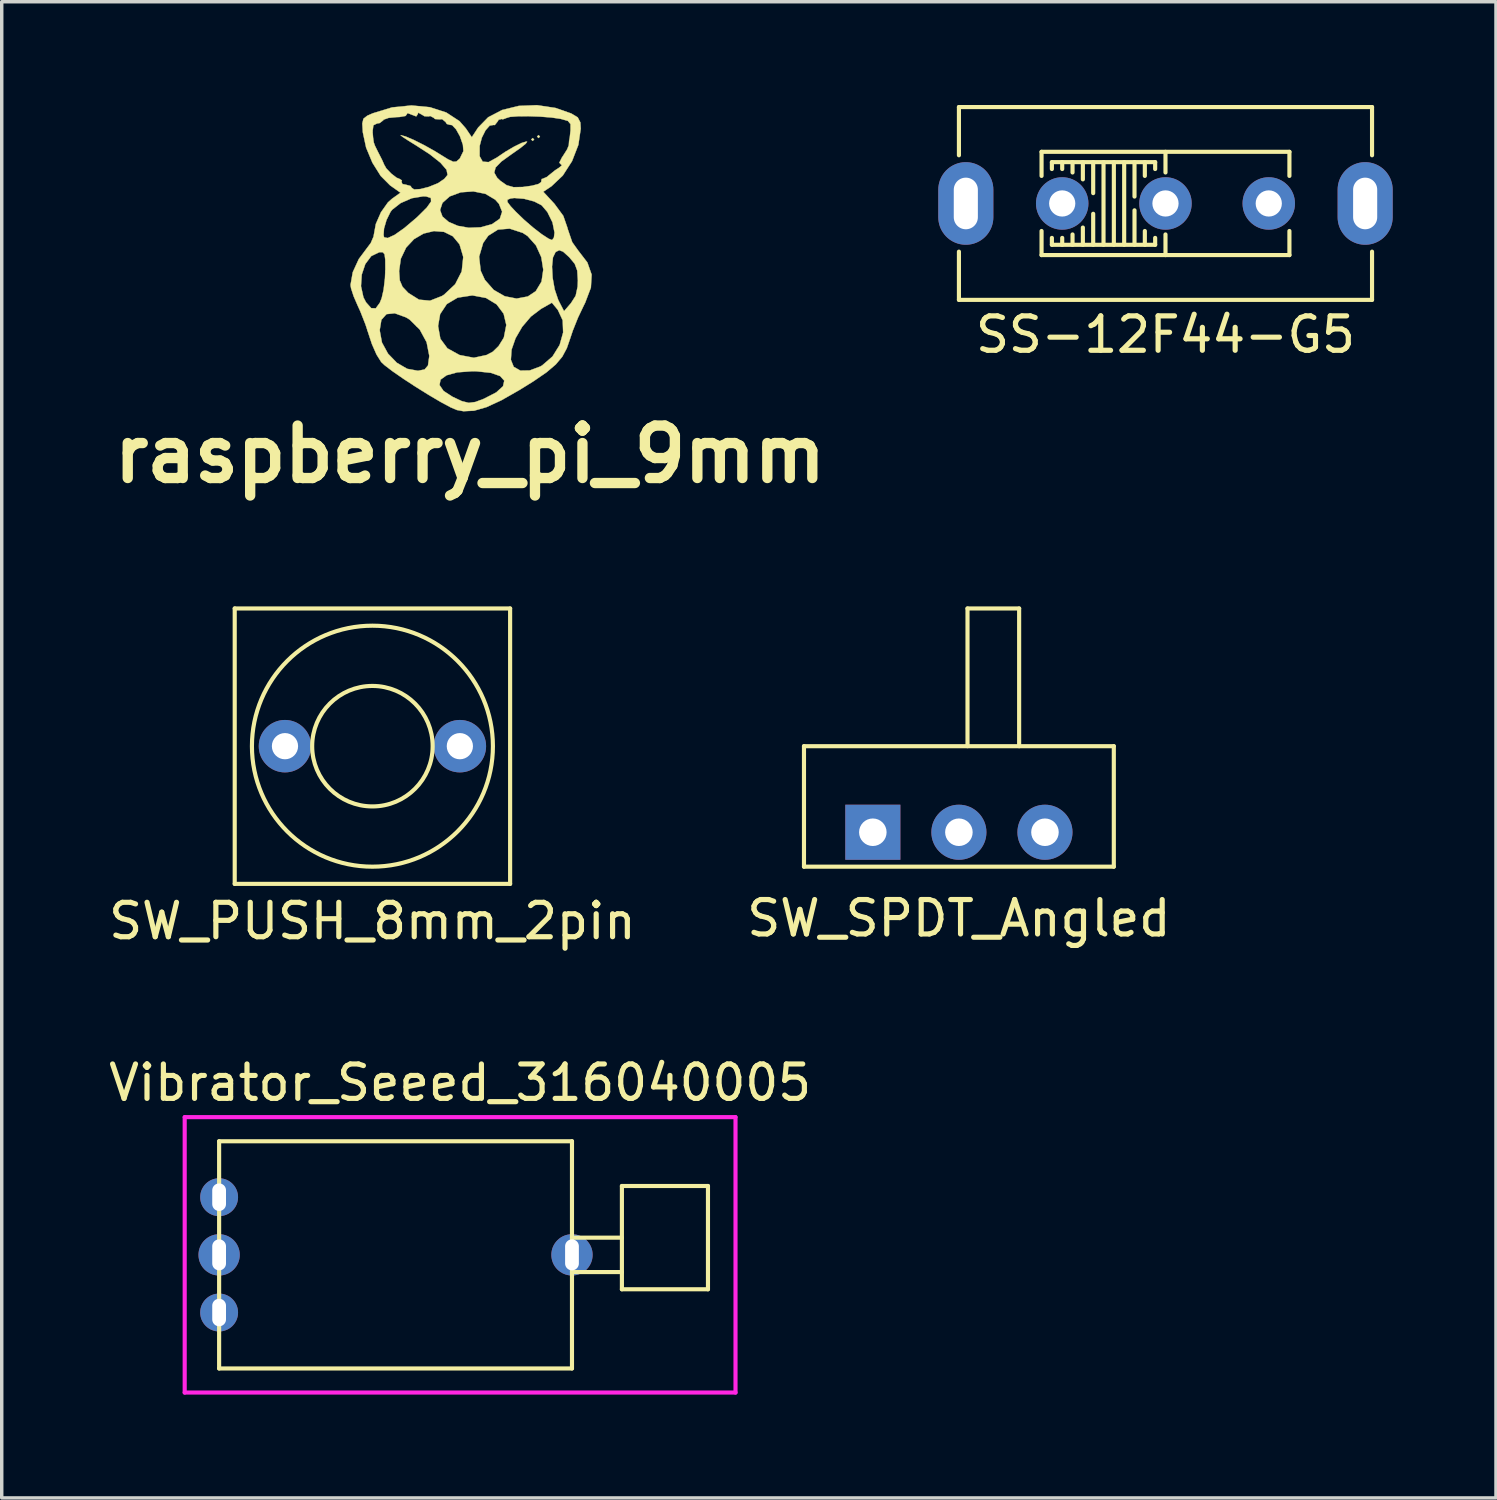
<source format=kicad_pcb>
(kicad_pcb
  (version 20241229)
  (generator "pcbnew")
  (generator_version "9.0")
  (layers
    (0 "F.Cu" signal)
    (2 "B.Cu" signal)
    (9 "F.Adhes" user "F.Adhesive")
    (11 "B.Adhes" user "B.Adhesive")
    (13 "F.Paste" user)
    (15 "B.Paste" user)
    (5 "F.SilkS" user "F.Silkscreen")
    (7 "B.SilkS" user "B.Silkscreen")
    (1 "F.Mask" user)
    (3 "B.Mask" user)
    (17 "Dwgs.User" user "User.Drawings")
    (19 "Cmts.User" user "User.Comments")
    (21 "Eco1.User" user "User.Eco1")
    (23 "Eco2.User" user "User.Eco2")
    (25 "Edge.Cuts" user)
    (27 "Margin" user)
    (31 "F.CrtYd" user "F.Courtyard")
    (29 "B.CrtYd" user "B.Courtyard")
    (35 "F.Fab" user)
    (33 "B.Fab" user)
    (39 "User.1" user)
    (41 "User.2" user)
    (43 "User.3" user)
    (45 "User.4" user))
  (footprint "SW_PUSH_8mm_2pin"
    (layer "F.Cu")
    (at 7.768 18.625)
    (property "Reference" "SW_PUSH_8mm_2pin" (at 0 5.08 0) (layer "F.SilkS") (effects (font (size 1 1) (thickness 0.15))))
    (attr through_hole)
    (fp_line (start -4 -4) (end -4 4) (stroke (width 0.12) (type solid)) (layer "F.SilkS"))
    (fp_line (start -4 4) (end 4 4) (stroke (width 0.12) (type solid)) (layer "F.SilkS"))
    (fp_line (start 4 -4) (end -4 -4) (stroke (width 0.12) (type solid)) (layer "F.SilkS"))
    (fp_line (start 4 4) (end 4 -4) (stroke (width 0.12) (type solid)) (layer "F.SilkS"))
    (fp_circle (center 0 0) (end 1.75 0) (stroke (width 0.12) (type solid)) (fill no) (layer "F.SilkS"))
    (fp_circle (center 0 0) (end 3.5 0) (stroke (width 0.12) (type solid)) (fill no) (layer "F.SilkS"))
    (pad "1" thru_hole circle (at -2.54 0) (size 1.524 1.524) (drill 0.762) (layers "*.Cu" "*.Mask"))
    (pad "2" thru_hole circle (at 2.54 0) (size 1.524 1.524) (drill 0.762) (layers "*.Cu" "*.Mask")))
  (footprint "raspberry_pi_9mm"
    (layer "F.Cu")
    (at 10.603 4.431)
    (property "Reference" "raspberry_pi_9mm" (at 0 5.715 0) (layer "F.SilkS") (effects (font (size 1.524 1.524) (thickness 0.3))))
    (attr through_hole)
    (fp_poly (pts (xy 1.863 -3.429) (xy 1.82 -3.387) (xy 1.778 -3.429) (xy 1.82 -3.471) (xy 1.863 -3.429)) (stroke (width 0.01) (type solid)) (fill yes) (layer "F.SilkS"))
    (fp_poly (pts (xy 2.032 -3.514) (xy 1.99 -3.471) (xy 1.947 -3.514) (xy 1.99 -3.556) (xy 2.032 -3.514)) (stroke (width 0.01) (type solid)) (fill yes) (layer "F.SilkS"))
    (fp_poly (pts (xy 2.485 -4.345) (xy 2.942 -4.184) (xy 3.129 -4.072) (xy 3.205 -3.925) (xy 3.216 -3.743) (xy 3.147 -3.273) (xy 2.964 -2.801) (xy 2.695 -2.382) (xy 2.369 -2.073) (xy 2.362 -2.068) (xy 2.128 -1.911) (xy 2.452 -1.561) (xy 2.709 -1.212) (xy 2.833 -0.855) (xy 2.835 -0.838) (xy 2.969 -0.446) (xy 3.136 -0.212) (xy 3.409 0.144) (xy 3.533 0.496) (xy 3.511 0.874) (xy 3.345 1.312) (xy 3.302 1.398) (xy 3.136 1.747) (xy 2.985 2.125) (xy 2.914 2.338) (xy 2.812 2.633) (xy 2.68 2.88) (xy 2.491 3.105) (xy 2.222 3.334) (xy 1.848 3.591) (xy 1.446 3.841) (xy 0.911 4.146) (xy 0.477 4.346) (xy 0.118 4.449) (xy -0.19 4.464) (xy -0.381 4.429) (xy -0.566 4.35) (xy -0.85 4.197) (xy -1.198 3.992) (xy -1.572 3.759) (xy -1.659 3.702) (xy -0.887 3.702) (xy -0.769 3.875) (xy -0.511 4.043) (xy -0.236 4.172) (xy -0.037 4.221) (xy 0.154 4.196) (xy 0.402 4.103) (xy 0.762 3.917) (xy 0.959 3.738) (xy 0.995 3.576) (xy 0.875 3.443) (xy 0.606 3.349) (xy 0.19 3.305) (xy 0.06 3.303) (xy -0.372 3.335) (xy -0.68 3.42) (xy -0.855 3.546) (xy -0.887 3.702) (xy -1.659 3.702) (xy -1.935 3.522) (xy -2.251 3.303) (xy -2.483 3.126) (xy -2.579 3.036) (xy -2.716 2.818) (xy -2.849 2.515) (xy -2.918 2.308) (xy -2.982 2.111) (xy -2.624 2.111) (xy -2.624 2.112) (xy -2.558 2.469) (xy -2.381 2.793) (xy -2.126 3.057) (xy -1.825 3.232) (xy -1.512 3.289) (xy -1.319 3.251) (xy -1.221 3.136) (xy -1.198 2.969) (xy 1.187 2.969) (xy 1.269 3.174) (xy 1.463 3.284) (xy 1.736 3.279) (xy 2.045 3.163) (xy 2.096 3.133) (xy 2.396 2.874) (xy 2.603 2.541) (xy 2.705 2.177) (xy 2.692 1.823) (xy 2.551 1.521) (xy 2.544 1.512) (xy 2.379 1.312) (xy 2.064 1.49) (xy 1.768 1.715) (xy 1.515 2.012) (xy 1.322 2.345) (xy 1.207 2.676) (xy 1.187 2.969) (xy -1.198 2.969) (xy -1.186 2.883) (xy -1.185 2.847) (xy -1.261 2.46) (xy -1.461 2.091) (xy -1.564 1.99) (xy -0.928 1.99) (xy -0.861 2.36) (xy -0.657 2.637) (xy -0.309 2.829) (xy -0.293 2.834) (xy 0.111 2.911) (xy 0.482 2.831) (xy 0.663 2.735) (xy 0.829 2.573) (xy 0.973 2.342) (xy 0.985 2.314) (xy 1.054 1.959) (xy 0.976 1.631) (xy 0.772 1.36) (xy 0.465 1.174) (xy 0.075 1.101) (xy 0.058 1.101) (xy -0.36 1.165) (xy -0.674 1.351) (xy -0.868 1.643) (xy -0.928 1.99) (xy -1.564 1.99) (xy -1.75 1.805) (xy -1.861 1.737) (xy -2.187 1.619) (xy -2.426 1.644) (xy -2.574 1.808) (xy -2.624 2.111) (xy -2.982 2.111) (xy -3.037 1.944) (xy -3.186 1.565) (xy -3.263 1.396) (xy -3.38 1.126) (xy -3.456 0.893) (xy -3.465 0.832) (xy -3.167 0.832) (xy -3.096 1.156) (xy -3.021 1.3) (xy -2.87 1.47) (xy -2.738 1.475) (xy -2.62 1.314) (xy -2.566 1.179) (xy -2.51 0.934) (xy -2.471 0.604) (xy -2.462 0.391) (xy -2.06 0.391) (xy -2.041 0.663) (xy -1.961 0.85) (xy -1.791 1.029) (xy -1.48 1.224) (xy -1.161 1.253) (xy -0.817 1.118) (xy -0.753 1.078) (xy -0.432 0.776) (xy -0.241 0.402) (xy -0.198 -0.004) (xy -0.2 -0.024) (xy 0.264 -0.024) (xy 0.31 0.384) (xy 0.431 0.648) (xy 0.689 0.941) (xy 1.01 1.125) (xy 1.353 1.192) (xy 1.679 1.131) (xy 1.909 0.978) (xy 2.077 0.699) (xy 2.128 0.354) (xy 2.114 0.264) (xy 2.382 0.264) (xy 2.4 0.591) (xy 2.46 0.927) (xy 2.559 1.222) (xy 2.582 1.27) (xy 2.731 1.558) (xy 2.932 1.325) (xy 3.069 1.11) (xy 3.126 0.843) (xy 3.133 0.666) (xy 3.115 0.38) (xy 3.042 0.182) (xy 2.883 -0.009) (xy 2.877 -0.015) (xy 2.704 -0.171) (xy 2.591 -0.213) (xy 2.487 -0.161) (xy 2.485 -0.159) (xy 2.409 -0.003) (xy 2.382 0.264) (xy 2.114 0.264) (xy 2.07 -0.011) (xy 1.915 -0.353) (xy 1.672 -0.625) (xy 1.532 -0.716) (xy 1.152 -0.84) (xy 0.811 -0.812) (xy 0.531 -0.635) (xy 0.382 -0.425) (xy 0.264 -0.024) (xy -0.2 -0.024) (xy -0.201 -0.034) (xy -0.305 -0.384) (xy -0.5 -0.619) (xy -0.757 -0.746) (xy -1.049 -0.769) (xy -1.348 -0.697) (xy -1.626 -0.535) (xy -1.856 -0.289) (xy -2.01 0.034) (xy -2.06 0.391) (xy -2.462 0.391) (xy -2.46 0.354) (xy -2.462 0.064) (xy -2.482 -0.094) (xy -2.533 -0.154) (xy -2.628 -0.155) (xy -2.637 -0.154) (xy -2.869 -0.042) (xy -3.042 0.189) (xy -3.145 0.495) (xy -3.167 0.832) (xy -3.465 0.832) (xy -3.471 0.795) (xy -3.406 0.426) (xy -3.231 0.044) (xy -3.037 -0.216) (xy -2.882 -0.423) (xy -2.799 -0.617) (xy -2.796 -0.643) (xy -2.512 -0.643) (xy -2.494 -0.587) (xy -2.39 -0.567) (xy -2.189 -0.659) (xy -1.911 -0.855) (xy -1.573 -1.141) (xy -1.519 -1.19) (xy -1.327 -1.38) (xy -0.87 -1.38) (xy -0.801 -1.191) (xy -0.619 -1.034) (xy -0.355 -0.921) (xy -0.037 -0.865) (xy 0.307 -0.878) (xy 0.638 -0.969) (xy 0.865 -1.126) (xy 0.933 -1.33) (xy 0.84 -1.561) (xy 0.791 -1.616) (xy 1.085 -1.616) (xy 1.179 -1.491) (xy 1.327 -1.333) (xy 1.568 -1.1) (xy 1.833 -0.871) (xy 2.084 -0.677) (xy 2.284 -0.547) (xy 2.383 -0.508) (xy 2.437 -0.581) (xy 2.455 -0.724) (xy 2.396 -1.02) (xy 2.247 -1.323) (xy 2.082 -1.517) (xy 1.866 -1.629) (xy 1.57 -1.707) (xy 1.286 -1.73) (xy 1.177 -1.716) (xy 1.089 -1.68) (xy 1.085 -1.616) (xy 0.791 -1.616) (xy 0.732 -1.682) (xy 0.447 -1.851) (xy 0.096 -1.921) (xy -0.267 -1.895) (xy -0.588 -1.777) (xy -0.8 -1.589) (xy -0.87 -1.38) (xy -1.327 -1.38) (xy -1.256 -1.451) (xy -1.131 -1.627) (xy -1.138 -1.731) (xy -1.275 -1.775) (xy -1.363 -1.778) (xy -1.692 -1.723) (xy -2.015 -1.582) (xy -2.262 -1.389) (xy -2.31 -1.326) (xy -2.425 -1.093) (xy -2.498 -0.843) (xy -2.512 -0.643) (xy -2.796 -0.643) (xy -2.794 -0.658) (xy -2.736 -0.975) (xy -2.587 -1.315) (xy -2.385 -1.601) (xy -2.27 -1.704) (xy -2.02 -1.883) (xy -2.323 -2.098) (xy -2.594 -2.37) (xy -2.835 -2.754) (xy -3.018 -3.193) (xy -3.112 -3.63) (xy -3.114 -3.647) (xy -3.115 -3.666) (xy -2.83 -3.666) (xy -2.83 -3.662) (xy -2.816 -3.485) (xy -2.805 -3.408) (xy -2.796 -3.343) (xy -2.761 -3.247) (xy -2.672 -3.066) (xy -2.651 -3.026) (xy -2.554 -2.835) (xy -2.502 -2.718) (xy -2.5 -2.709) (xy -2.431 -2.588) (xy -2.287 -2.438) (xy -2.133 -2.319) (xy -2.051 -2.286) (xy -1.978 -2.24) (xy -1.99 -2.201) (xy -1.964 -2.135) (xy -1.868 -2.117) (xy -1.727 -2.079) (xy -1.693 -2.025) (xy -1.623 -1.978) (xy -1.445 -1.989) (xy -1.205 -2.049) (xy -0.951 -2.151) (xy -0.92 -2.166) (xy -0.743 -2.288) (xy -0.652 -2.4) (xy -0.682 -2.55) (xy -0.858 -2.754) (xy -1.169 -3) (xy -1.561 -3.254) (xy -1.802 -3.403) (xy -1.965 -3.51) (xy -2.018 -3.556) (xy -2.016 -3.556) (xy -1.868 -3.516) (xy -1.622 -3.41) (xy -1.324 -3.26) (xy -1.021 -3.09) (xy -0.88 -3.003) (xy -0.636 -2.852) (xy -0.489 -2.783) (xy -0.396 -2.789) (xy -0.313 -2.861) (xy -0.294 -2.881) (xy -0.264 -2.943) (xy 0.279 -2.943) (xy 0.368 -2.785) (xy 0.539 -2.772) (xy 0.779 -2.904) (xy 1.026 -3.072) (xy 1.28 -3.221) (xy 1.498 -3.328) (xy 1.637 -3.37) (xy 1.66 -3.363) (xy 1.614 -3.303) (xy 1.458 -3.178) (xy 1.227 -3.016) (xy 1.225 -3.015) (xy 0.913 -2.791) (xy 0.743 -2.616) (xy 0.704 -2.467) (xy 0.787 -2.319) (xy 0.88 -2.23) (xy 1.064 -2.101) (xy 1.264 -2.044) (xy 1.533 -2.049) (xy 1.797 -2.086) (xy 1.988 -2.136) (xy 2.07 -2.196) (xy 2.068 -2.212) (xy 2.082 -2.282) (xy 2.106 -2.286) (xy 2.231 -2.34) (xy 2.301 -2.397) (xy 2.468 -2.532) (xy 2.582 -2.606) (xy 2.671 -2.68) (xy 2.64 -2.707) (xy 2.594 -2.755) (xy 2.668 -2.903) (xy 2.705 -2.958) (xy 2.82 -3.14) (xy 2.871 -3.265) (xy 2.87 -3.275) (xy 2.878 -3.387) (xy 2.898 -3.493) (xy 2.919 -3.69) (xy 2.92 -3.697) (xy 2.919 -3.877) (xy 2.843 -3.969) (xy 2.646 -4.025) (xy 2.636 -4.028) (xy 2.369 -4.067) (xy 2.043 -4.093) (xy 1.704 -4.105) (xy 1.395 -4.103) (xy 1.163 -4.086) (xy 1.051 -4.052) (xy 1.05 -4.05) (xy 0.951 -4.014) (xy 0.925 -4.026) (xy 0.833 -4.004) (xy 0.795 -3.943) (xy 0.72 -3.849) (xy 0.68 -3.851) (xy 0.572 -3.833) (xy 0.45 -3.695) (xy 0.343 -3.481) (xy 0.28 -3.242) (xy 0.279 -2.943) (xy -0.264 -2.943) (xy -0.192 -3.091) (xy -0.207 -3.277) (xy -0.292 -3.521) (xy -0.406 -3.725) (xy -0.52 -3.846) (xy -0.588 -3.856) (xy -0.674 -3.88) (xy -0.708 -3.936) (xy -0.811 -4.021) (xy -0.877 -4.014) (xy -1.016 -4.023) (xy -1.056 -4.06) (xy -1.159 -4.113) (xy -1.195 -4.1) (xy -1.32 -4.104) (xy -1.401 -4.152) (xy -1.502 -4.209) (xy -1.524 -4.156) (xy -1.562 -4.1) (xy -1.698 -4.151) (xy -1.704 -4.154) (xy -1.819 -4.198) (xy -1.832 -4.167) (xy -1.872 -4.113) (xy -2.049 -4.082) (xy -2.137 -4.079) (xy -2.364 -4.057) (xy -2.506 -4.007) (xy -2.524 -3.984) (xy -2.623 -3.907) (xy -2.699 -3.895) (xy -2.807 -3.842) (xy -2.83 -3.666) (xy -3.115 -3.666) (xy -3.129 -3.894) (xy -3.096 -4.032) (xy -2.984 -4.12) (xy -2.825 -4.19) (xy -2.265 -4.361) (xy -1.701 -4.418) (xy -1.166 -4.367) (xy -0.69 -4.213) (xy -0.306 -3.962) (xy -0.122 -3.752) (xy 0.052 -3.495) (xy 0.237 -3.777) (xy 0.528 -4.075) (xy 0.933 -4.286) (xy 1.417 -4.405) (xy 1.946 -4.426) (xy 2.485 -4.345)) (stroke (width 0.01) (type solid)) (fill yes) (layer "F.SilkS")))
  (footprint "Vibrator_Seeed_316040005"
    (layer "F.Cu")
    (at 3.315 33.401)
    (property "Reference" "Vibrator_Seeed_316040005" (at 7 -5 0) (layer "F.SilkS") (effects (font (size 1 1) (thickness 0.15))))
    (attr through_hole)
    (fp_line (start 0 -3.3) (end 10.25 -3.3) (stroke (width 0.12) (type solid)) (layer "F.SilkS"))
    (fp_line (start 0 3.3) (end 0 -3.3) (stroke (width 0.12) (type solid)) (layer "F.SilkS"))
    (fp_line (start 10.25 -3.3) (end 10.25 3.3) (stroke (width 0.12) (type solid)) (layer "F.SilkS"))
    (fp_line (start 10.25 -0.5) (end 11.7 -0.5) (stroke (width 0.12) (type solid)) (layer "F.SilkS"))
    (fp_line (start 10.25 0.5) (end 11.7 0.5) (stroke (width 0.12) (type solid)) (layer "F.SilkS"))
    (fp_line (start 10.25 3.3) (end 0 3.3) (stroke (width 0.12) (type solid)) (layer "F.SilkS"))
    (fp_line (start 11.7 -2) (end 14.2 -2) (stroke (width 0.12) (type solid)) (layer "F.SilkS"))
    (fp_line (start 11.7 1) (end 11.7 -2) (stroke (width 0.12) (type solid)) (layer "F.SilkS"))
    (fp_line (start 14.2 -2) (end 14.2 1) (stroke (width 0.12) (type solid)) (layer "F.SilkS"))
    (fp_line (start 14.2 1) (end 11.7 1) (stroke (width 0.12) (type solid)) (layer "F.SilkS"))
    (fp_line (start -1 -4) (end -1 4) (stroke (width 0.12) (type solid)) (layer "F.CrtYd"))
    (fp_line (start -1 4) (end 15 4) (stroke (width 0.12) (type solid)) (layer "F.CrtYd"))
    (fp_line (start 15 -4) (end -1 -4) (stroke (width 0.12) (type solid)) (layer "F.CrtYd"))
    (fp_line (start 15 4) (end 15 -4) (stroke (width 0.12) (type solid)) (layer "F.CrtYd"))
    (pad "" thru_hole circle (at 0 0) (size 1.2 1.2) (drill oval 0.4 0.9) (layers "*.Cu" "*.Mask"))
    (pad "" thru_hole circle (at 10.25 0) (size 1.2 1.2) (drill oval 0.4 0.9) (layers "*.Cu" "*.Mask"))
    (pad "1" thru_hole circle (at 0 -1.675) (size 1.1 1.1) (drill oval 0.4 0.8) (layers "*.Cu" "*.Mask"))
    (pad "2" thru_hole circle (at 0 1.675) (size 1.1 1.1) (drill oval 0.4 0.8) (layers "*.Cu" "*.Mask")))
  (footprint "SW_SPDT_Angled"
    (layer "F.Cu")
    (at 24.804 21.125)
    (property "Reference" "SW_SPDT_Angled" (at 0 2.5 0) (layer "F.SilkS") (effects (font (size 1 1) (thickness 0.15))))
    (attr through_hole)
    (fp_line (start -4.5 -2.5) (end 4.5 -2.5) (stroke (width 0.12) (type solid)) (layer "F.SilkS"))
    (fp_line (start -4.5 1) (end -4.5 -2.5) (stroke (width 0.12) (type solid)) (layer "F.SilkS"))
    (fp_line (start 0.25 -6.5) (end 0.25 -2.5) (stroke (width 0.12) (type solid)) (layer "F.SilkS"))
    (fp_line (start 1.75 -6.5) (end 0.25 -6.5) (stroke (width 0.12) (type solid)) (layer "F.SilkS"))
    (fp_line (start 1.75 -2.5) (end 1.75 -6.5) (stroke (width 0.12) (type solid)) (layer "F.SilkS"))
    (fp_line (start 4.5 -2.5) (end 4.5 1) (stroke (width 0.12) (type solid)) (layer "F.SilkS"))
    (fp_line (start 4.5 1) (end -4.5 1) (stroke (width 0.12) (type solid)) (layer "F.SilkS"))
    (pad "1" thru_hole rect (at -2.5 0) (size 1.6 1.6) (drill 0.8) (layers "*.Cu" "*.Mask"))
    (pad "2" thru_hole circle (at 0 0) (size 1.6 1.6) (drill 0.8) (layers "*.Cu" "*.Mask"))
    (pad "3" thru_hole circle (at 2.5 0) (size 1.6 1.6) (drill 0.8) (layers "*.Cu" "*.Mask")))
  (footprint "SS-12F44-G5"
    (layer "F.Cu")
    (at 30.805 2.86)
    (property "Reference" "SS-12F44-G5" (at 0 3.81 0) (layer "F.SilkS") (effects (font (size 1 1) (thickness 0.15))))
    (attr through_hole)
    (fp_line (start -6 -2.8) (end 6 -2.8) (stroke (width 0.12) (type solid)) (layer "F.SilkS"))
    (fp_line (start -6 -1.4) (end -6 -2.8) (stroke (width 0.12) (type solid)) (layer "F.SilkS"))
    (fp_line (start -6 1.4) (end -6 2.8) (stroke (width 0.12) (type solid)) (layer "F.SilkS"))
    (fp_line (start -6 2.8) (end 6 2.8) (stroke (width 0.12) (type solid)) (layer "F.SilkS"))
    (fp_line (start -3.6 -1.5) (end -3.6 -0.8) (stroke (width 0.12) (type solid)) (layer "F.SilkS"))
    (fp_line (start -3.6 -1.5) (end 3.6 -1.5) (stroke (width 0.12) (type solid)) (layer "F.SilkS"))
    (fp_line (start -3.6 0.8) (end -3.6 1.5) (stroke (width 0.12) (type solid)) (layer "F.SilkS"))
    (fp_line (start -3.6 1.5) (end 3.6 1.5) (stroke (width 0.12) (type solid)) (layer "F.SilkS"))
    (fp_line (start -3.3 -1.2) (end -0.3 -1.2) (stroke (width 0.12) (type solid)) (layer "F.SilkS"))
    (fp_line (start -3.3 -1) (end -3.3 -1.2) (stroke (width 0.12) (type solid)) (layer "F.SilkS"))
    (fp_line (start -3.3 1) (end -3.3 1.2) (stroke (width 0.12) (type solid)) (layer "F.SilkS"))
    (fp_line (start -3.3 1.2) (end -0.3 1.2) (stroke (width 0.12) (type solid)) (layer "F.SilkS"))
    (fp_line (start -3 -1.2) (end -3 -1) (stroke (width 0.12) (type solid)) (layer "F.SilkS"))
    (fp_line (start -3 1.2) (end -3 1) (stroke (width 0.12) (type solid)) (layer "F.SilkS"))
    (fp_line (start -2.7 -1.2) (end -2.7 -0.9) (stroke (width 0.12) (type solid)) (layer "F.SilkS"))
    (fp_line (start -2.7 0.9) (end -2.7 1.2) (stroke (width 0.12) (type solid)) (layer "F.SilkS"))
    (fp_line (start -2.4 -1.2) (end -2.4 -0.7) (stroke (width 0.12) (type solid)) (layer "F.SilkS"))
    (fp_line (start -2.4 0.7) (end -2.4 1.2) (stroke (width 0.12) (type solid)) (layer "F.SilkS"))
    (fp_line (start -2.1 -1.2) (end -2.1 -0.3) (stroke (width 0.12) (type solid)) (layer "F.SilkS"))
    (fp_line (start -2.1 0.3) (end -2.1 1.2) (stroke (width 0.12) (type solid)) (layer "F.SilkS"))
    (fp_line (start -1.8 -1.2) (end -1.8 1.2) (stroke (width 0.12) (type solid)) (layer "F.SilkS"))
    (fp_line (start -1.5 -1.2) (end -1.5 1.2) (stroke (width 0.12) (type solid)) (layer "F.SilkS"))
    (fp_line (start -1.2 -1.2) (end -1.2 1.2) (stroke (width 0.12) (type solid)) (layer "F.SilkS"))
    (fp_line (start -0.9 -1.2) (end -0.9 -0.2) (stroke (width 0.12) (type solid)) (layer "F.SilkS"))
    (fp_line (start -0.9 0.2) (end -0.9 1.2) (stroke (width 0.12) (type solid)) (layer "F.SilkS"))
    (fp_line (start -0.6 -1.2) (end -0.6 -0.8) (stroke (width 0.12) (type solid)) (layer "F.SilkS"))
    (fp_line (start -0.6 0.8) (end -0.6 1.2) (stroke (width 0.12) (type solid)) (layer "F.SilkS"))
    (fp_line (start -0.3 -1.2) (end -0.3 -1) (stroke (width 0.12) (type solid)) (layer "F.SilkS"))
    (fp_line (start -0.3 1.2) (end -0.3 1) (stroke (width 0.12) (type solid)) (layer "F.SilkS"))
    (fp_line (start 0 -1.5) (end 0 -0.9) (stroke (width 0.12) (type solid)) (layer "F.SilkS"))
    (fp_line (start 0 0.9) (end 0 1.5) (stroke (width 0.12) (type solid)) (layer "F.SilkS"))
    (fp_line (start 3.6 -1.5) (end 3.6 -0.8) (stroke (width 0.12) (type solid)) (layer "F.SilkS"))
    (fp_line (start 3.6 1.5) (end 3.6 0.8) (stroke (width 0.12) (type solid)) (layer "F.SilkS"))
    (fp_line (start 6 -2.8) (end 6 -1.4) (stroke (width 0.12) (type solid)) (layer "F.SilkS"))
    (fp_line (start 6 2.8) (end 6 1.4) (stroke (width 0.12) (type solid)) (layer "F.SilkS"))
    (pad "1" thru_hole circle (at -3 0) (size 1.524 1.524) (drill 0.762) (layers "*.Cu" "*.Mask"))
    (pad "2" thru_hole circle (at 0 0) (size 1.524 1.524) (drill 0.762) (layers "*.Cu" "*.Mask"))
    (pad "3" thru_hole circle (at 3 0) (size 1.524 1.524) (drill 0.762) (layers "*.Cu" "*.Mask"))
    (pad "4" thru_hole oval (at 5.8 0) (size 1.6 2.4) (drill oval 0.7 1.5) (layers "*.Cu" "*.Mask"))
    (pad "5" thru_hole oval (at -5.8 0) (size 1.6 2.4) (drill oval 0.7 1.5) (layers "*.Cu" "*.Mask")))
  (gr_rect
    (start -3 -3)
    (end 40.405 40.461)
    (stroke (width 0.1) (type default))
    (fill no)
    (layer "Edge.Cuts")))
</source>
